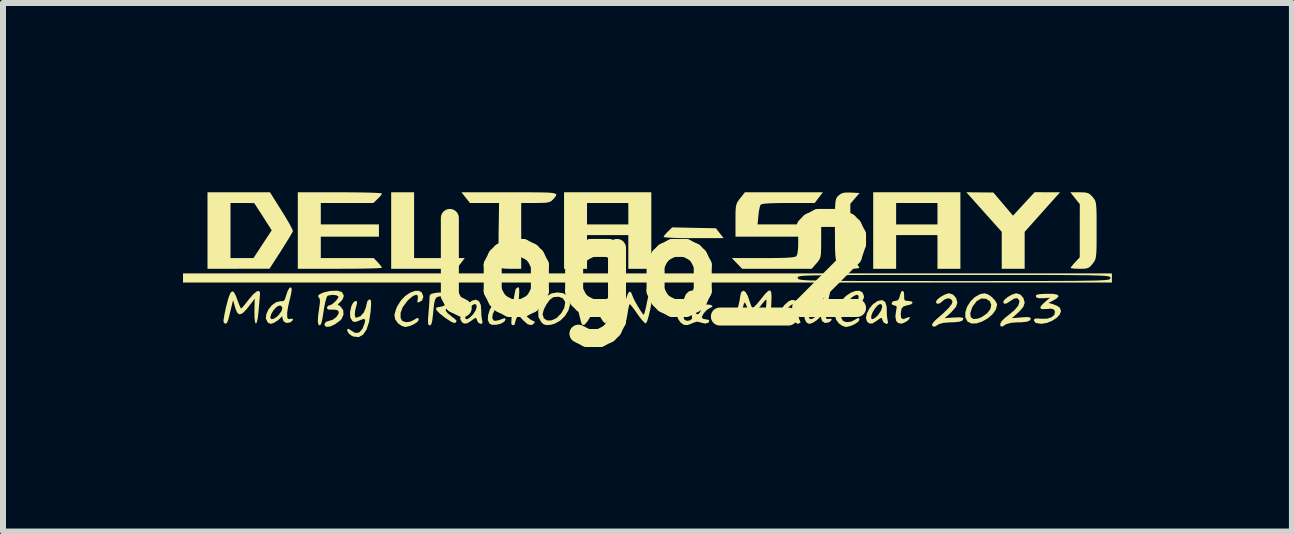
<source format=kicad_pcb>
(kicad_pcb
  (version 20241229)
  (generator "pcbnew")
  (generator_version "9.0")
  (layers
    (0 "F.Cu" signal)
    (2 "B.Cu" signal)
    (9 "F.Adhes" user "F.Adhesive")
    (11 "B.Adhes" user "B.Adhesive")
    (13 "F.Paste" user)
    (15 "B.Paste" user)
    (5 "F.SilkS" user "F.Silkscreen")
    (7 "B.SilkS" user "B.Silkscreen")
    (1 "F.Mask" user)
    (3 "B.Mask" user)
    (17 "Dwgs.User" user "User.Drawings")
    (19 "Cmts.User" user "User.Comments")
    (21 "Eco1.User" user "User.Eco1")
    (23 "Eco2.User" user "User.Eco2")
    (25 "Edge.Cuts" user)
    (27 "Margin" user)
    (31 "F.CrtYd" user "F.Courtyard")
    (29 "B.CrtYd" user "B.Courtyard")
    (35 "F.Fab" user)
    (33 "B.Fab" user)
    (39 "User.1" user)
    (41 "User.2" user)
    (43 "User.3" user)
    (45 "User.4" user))
  (footprint "logo_2"
    (layer "F.Cu")
    (at 7.804 1.404)
    (property "Reference" "logo_2" (at 0 0 0) (layer "F.SilkS") (effects (font (size 1.5 1.5) (thickness 0.3))))
    (attr board_only exclude_from_pos_files exclude_from_bom)
    (fp_poly (pts (xy -3.953 -0.701) (xy -3.953 -0.153) (xy -3.531 -0.153) (xy -3.109 -0.153) (xy -3.177 -0.064) (xy -3.245 0.026) (xy -3.79 0.026) (xy -4.335 0.026) (xy -4.335 -0.612) (xy -4.335 -1.25) (xy -4.144 -1.25) (xy -3.953 -1.25)) (stroke (width 0) (type solid)) (fill yes) (layer "F.SilkS"))
    (fp_poly (pts (xy 0.713 -0.657) (xy 1.077 -0.65) (xy 1.141 -0.567) (xy 1.205 -0.485) (xy 0.705 -0.485) (xy 0.551 -0.486) (xy 0.417 -0.488) (xy 0.309 -0.493) (xy 0.236 -0.498) (xy 0.205 -0.504) (xy 0.204 -0.505) (xy 0.221 -0.535) (xy 0.263 -0.582) (xy 0.276 -0.595) (xy 0.349 -0.665)) (stroke (width 0) (type solid)) (fill yes) (layer "F.SilkS"))
    (fp_poly (pts (xy 6.6 -1.25) (xy 6.812 -1.25) (xy 6.517 -0.92) (xy 6.222 -0.59) (xy 6.222 -0.282) (xy 6.222 0.026) (xy 6.031 0.026) (xy 5.84 0.026) (xy 5.84 -0.282) (xy 5.84 -0.59) (xy 5.545 -0.92) (xy 5.25 -1.25) (xy 5.475 -1.248) (xy 5.7 -1.246) (xy 5.864 -1.053) (xy 6.028 -0.86) (xy 6.208 -1.056) (xy 6.388 -1.251)) (stroke (width 0) (type solid)) (fill yes) (layer "F.SilkS"))
    (fp_poly (pts (xy 0 -0.612) (xy 0 0.026) (xy -0.191 0.026) (xy -0.383 0.026) (xy -0.383 -0.255) (xy -0.383 -0.536) (xy -0.727 -0.536) (xy -1.071 -0.536) (xy -1.071 -0.255) (xy -1.071 0.026) (xy -1.262 0.026) (xy -1.454 0.026) (xy -1.454 -0.612) (xy -1.454 -1.071) (xy -1.071 -1.071) (xy -1.071 -0.893) (xy -1.071 -0.714) (xy -0.727 -0.714) (xy -0.383 -0.714) (xy -0.383 -0.893) (xy -0.383 -1.071) (xy -0.727 -1.071) (xy -1.071 -1.071) (xy -1.454 -1.071) (xy -1.454 -1.25) (xy -0.727 -1.25) (xy 0 -1.25)) (stroke (width 0) (type solid)) (fill yes) (layer "F.SilkS"))
    (fp_poly (pts (xy 5.151 -0.612) (xy 5.151 0.026) (xy 4.96 0.026) (xy 4.769 0.026) (xy 4.769 -0.255) (xy 4.769 -0.536) (xy 4.425 -0.536) (xy 4.08 -0.536) (xy 4.08 -0.255) (xy 4.08 0.026) (xy 3.889 0.026) (xy 3.698 0.026) (xy 3.698 -0.612) (xy 3.698 -1.071) (xy 4.08 -1.071) (xy 4.08 -0.893) (xy 4.08 -0.714) (xy 4.425 -0.714) (xy 4.769 -0.714) (xy 4.769 -0.893) (xy 4.769 -1.071) (xy 4.425 -1.071) (xy 4.08 -1.071) (xy 3.698 -1.071) (xy 3.698 -1.25) (xy 4.425 -1.25) (xy 5.151 -1.25)) (stroke (width 0) (type solid)) (fill yes) (layer "F.SilkS"))
    (fp_poly (pts (xy -2.493 0.551) (xy -2.447 0.584) (xy -2.428 0.631) (xy -2.43 0.648) (xy -2.456 0.678) (xy -2.486 0.679) (xy -2.499 0.652) (xy -2.511 0.616) (xy -2.54 0.621) (xy -2.582 0.666) (xy -2.601 0.695) (xy -2.642 0.781) (xy -2.651 0.847) (xy -2.628 0.886) (xy -2.6 0.893) (xy -2.533 0.88) (xy -2.495 0.865) (xy -2.445 0.849) (xy -2.426 0.864) (xy -2.447 0.902) (xy -2.451 0.907) (xy -2.509 0.941) (xy -2.584 0.959) (xy -2.655 0.959) (xy -2.697 0.94) (xy -2.724 0.88) (xy -2.72 0.798) (xy -2.692 0.708) (xy -2.645 0.626) (xy -2.584 0.566) (xy -2.546 0.547)) (stroke (width 0) (type solid)) (fill yes) (layer "F.SilkS"))
    (fp_poly (pts (xy -6.16 -0.94) (xy -6.091 -0.828) (xy -6.033 -0.729) (xy -5.993 -0.653) (xy -5.973 -0.608) (xy -5.973 -0.601) (xy -5.989 -0.57) (xy -6.027 -0.504) (xy -6.083 -0.413) (xy -6.15 -0.306) (xy -6.171 -0.273) (xy -6.363 0.025) (xy -6.879 0.025) (xy -7.396 0.026) (xy -7.396 -0.612) (xy -7.396 -1.071) (xy -7.013 -1.071) (xy -7.013 -0.612) (xy -7.013 -0.153) (xy -6.821 -0.153) (xy -6.63 -0.153) (xy -6.478 -0.385) (xy -6.326 -0.616) (xy -6.411 -0.749) (xy -6.469 -0.84) (xy -6.527 -0.93) (xy -6.557 -0.976) (xy -6.618 -1.07) (xy -6.815 -1.071) (xy -7.013 -1.071) (xy -7.396 -1.071) (xy -7.396 -1.25) (xy -6.875 -1.25) (xy -6.355 -1.25)) (stroke (width 0) (type solid)) (fill yes) (layer "F.SilkS"))
    (fp_poly (pts (xy -1.95 -1.249) (xy -1.811 -1.247) (xy -1.709 -1.244) (xy -1.64 -1.237) (xy -1.6 -1.227) (xy -1.584 -1.213) (xy -1.587 -1.193) (xy -1.605 -1.168) (xy -1.633 -1.136) (xy -1.64 -1.128) (xy -1.67 -1.101) (xy -1.706 -1.084) (xy -1.762 -1.075) (xy -1.848 -1.072) (xy -1.93 -1.071) (xy -2.168 -1.071) (xy -2.168 -0.523) (xy -2.168 0.026) (xy -2.347 0.026) (xy -2.455 0.022) (xy -2.518 0.009) (xy -2.539 -0.008) (xy -2.543 -0.043) (xy -2.545 -0.121) (xy -2.547 -0.233) (xy -2.547 -0.371) (xy -2.545 -0.527) (xy -2.545 -0.557) (xy -2.537 -1.071) (xy -2.78 -1.071) (xy -3.022 -1.071) (xy -3.093 -1.16) (xy -3.164 -1.25) (xy -2.359 -1.25) (xy -2.131 -1.25)) (stroke (width 0) (type solid)) (fill yes) (layer "F.SilkS"))
    (fp_poly (pts (xy 3.326 -1.245) (xy 3.47 -1.237) (xy 3.394 -1.148) (xy 3.317 -1.058) (xy 3.316 -0.617) (xy 3.315 -0.176) (xy 3.392 -0.094) (xy 3.438 -0.04) (xy 3.465 -0.002) (xy 3.468 0.006) (xy 3.445 0.017) (xy 3.385 0.023) (xy 3.317 0.026) (xy 3.23 0.023) (xy 3.176 0.012) (xy 3.14 -0.015) (xy 3.113 -0.049) (xy 3.095 -0.077) (xy 3.081 -0.11) (xy 3.072 -0.155) (xy 3.066 -0.219) (xy 3.062 -0.31) (xy 3.061 -0.436) (xy 3.06 -0.605) (xy 3.06 -0.631) (xy 3.06 -0.804) (xy 3.061 -0.933) (xy 3.064 -1.026) (xy 3.069 -1.09) (xy 3.078 -1.133) (xy 3.09 -1.161) (xy 3.107 -1.182) (xy 3.121 -1.196) (xy 3.166 -1.229) (xy 3.22 -1.244) (xy 3.302 -1.246)) (stroke (width 0) (type solid)) (fill yes) (layer "F.SilkS"))
    (fp_poly (pts (xy 7.225 -1.247) (xy 7.281 -1.235) (xy 7.322 -1.207) (xy 7.355 -1.171) (xy 7.378 -1.142) (xy 7.395 -1.114) (xy 7.407 -1.078) (xy 7.414 -1.026) (xy 7.419 -0.951) (xy 7.421 -0.845) (xy 7.421 -0.698) (xy 7.421 -0.619) (xy 7.421 -0.452) (xy 7.42 -0.329) (xy 7.416 -0.24) (xy 7.41 -0.178) (xy 7.401 -0.135) (xy 7.386 -0.102) (xy 7.365 -0.072) (xy 7.356 -0.06) (xy 7.315 -0.012) (xy 7.276 0.014) (xy 7.219 0.024) (xy 7.139 0.026) (xy 7.059 0.023) (xy 7.004 0.018) (xy 6.988 0.011) (xy 7.003 -0.014) (xy 7.043 -0.062) (xy 7.064 -0.084) (xy 7.14 -0.166) (xy 7.14 -0.608) (xy 7.141 -1.051) (xy 7.062 -1.15) (xy 6.983 -1.25) (xy 7.136 -1.25)) (stroke (width 0) (type solid)) (fill yes) (layer "F.SilkS"))
    (fp_poly (pts (xy 5.612 0.452) (xy 5.677 0.498) (xy 5.732 0.557) (xy 5.762 0.613) (xy 5.763 0.625) (xy 5.742 0.705) (xy 5.687 0.783) (xy 5.608 0.851) (xy 5.515 0.904) (xy 5.421 0.935) (xy 5.337 0.938) (xy 5.272 0.907) (xy 5.271 0.906) (xy 5.233 0.836) (xy 5.233 0.769) (xy 5.315 0.769) (xy 5.325 0.833) (xy 5.37 0.863) (xy 5.447 0.855) (xy 5.507 0.829) (xy 5.596 0.768) (xy 5.65 0.697) (xy 5.666 0.628) (xy 5.642 0.567) (xy 5.578 0.525) (xy 5.498 0.521) (xy 5.422 0.565) (xy 5.357 0.651) (xy 5.345 0.675) (xy 5.315 0.769) (xy 5.233 0.769) (xy 5.233 0.75) (xy 5.263 0.657) (xy 5.319 0.569) (xy 5.393 0.496) (xy 5.479 0.448) (xy 5.555 0.434)) (stroke (width 0) (type solid)) (fill yes) (layer "F.SilkS"))
    (fp_poly (pts (xy 4.211 0.42) (xy 4.214 0.481) (xy 4.215 0.536) (xy 4.238 0.558) (xy 4.286 0.561) (xy 4.342 0.571) (xy 4.355 0.594) (xy 4.327 0.619) (xy 4.27 0.633) (xy 4.203 0.652) (xy 4.168 0.694) (xy 4.157 0.772) (xy 4.157 0.784) (xy 4.165 0.846) (xy 4.195 0.865) (xy 4.254 0.844) (xy 4.261 0.841) (xy 4.301 0.828) (xy 4.309 0.843) (xy 4.286 0.876) (xy 4.253 0.904) (xy 4.176 0.94) (xy 4.114 0.93) (xy 4.081 0.894) (xy 4.067 0.819) (xy 4.077 0.741) (xy 4.089 0.675) (xy 4.084 0.645) (xy 4.058 0.638) (xy 4.052 0.638) (xy 4.012 0.621) (xy 4.004 0.599) (xy 4.026 0.568) (xy 4.065 0.561) (xy 4.108 0.551) (xy 4.133 0.513) (xy 4.143 0.47) (xy 4.165 0.407) (xy 4.191 0.391)) (stroke (width 0) (type solid)) (fill yes) (layer "F.SilkS"))
    (fp_poly (pts (xy -5.006 -1.249) (xy -4.841 -1.247) (xy -4.7 -1.244) (xy -4.59 -1.24) (xy -4.517 -1.235) (xy -4.489 -1.229) (xy -4.488 -1.229) (xy -4.505 -1.199) (xy -4.547 -1.152) (xy -4.56 -1.14) (xy -4.631 -1.071) (xy -5.07 -1.071) (xy -5.508 -1.071) (xy -5.508 -0.893) (xy -5.508 -0.714) (xy -5.024 -0.714) (xy -4.539 -0.714) (xy -4.539 -0.612) (xy -4.539 -0.51) (xy -5.024 -0.51) (xy -5.508 -0.51) (xy -5.508 -0.332) (xy -5.508 -0.153) (xy -5.067 -0.153) (xy -4.625 -0.153) (xy -4.557 -0.081) (xy -4.513 -0.031) (xy -4.49 0.003) (xy -4.488 0.008) (xy -4.513 0.012) (xy -4.582 0.017) (xy -4.689 0.02) (xy -4.827 0.023) (xy -4.99 0.025) (xy -5.172 0.025) (xy -5.19 0.026) (xy -5.891 0.026) (xy -5.891 -0.612) (xy -5.891 -1.25) (xy -5.19 -1.25)) (stroke (width 0) (type solid)) (fill yes) (layer "F.SilkS"))
    (fp_poly (pts (xy -1.468 0.433) (xy -1.405 0.469) (xy -1.361 0.54) (xy -1.355 0.627) (xy -1.382 0.72) (xy -1.437 0.81) (xy -1.515 0.887) (xy -1.609 0.94) (xy -1.673 0.958) (xy -1.747 0.964) (xy -1.796 0.949) (xy -1.833 0.916) (xy -1.88 0.831) (xy -1.882 0.784) (xy -1.811 0.784) (xy -1.791 0.85) (xy -1.74 0.885) (xy -1.67 0.887) (xy -1.591 0.853) (xy -1.571 0.839) (xy -1.498 0.763) (xy -1.45 0.675) (xy -1.436 0.592) (xy -1.439 0.571) (xy -1.476 0.517) (xy -1.542 0.491) (xy -1.622 0.497) (xy -1.646 0.506) (xy -1.697 0.548) (xy -1.749 0.621) (xy -1.791 0.703) (xy -1.81 0.776) (xy -1.811 0.784) (xy -1.882 0.784) (xy -1.885 0.729) (xy -1.851 0.621) (xy -1.779 0.516) (xy -1.747 0.485) (xy -1.664 0.436) (xy -1.565 0.419)) (stroke (width 0) (type solid)) (fill yes) (layer "F.SilkS"))
    (fp_poly (pts (xy -3.824 0.421) (xy -3.801 0.481) (xy -3.8 0.498) (xy -3.822 0.555) (xy -3.877 0.585) (xy -3.894 0.587) (xy -3.899 0.565) (xy -3.891 0.523) (xy -3.891 0.473) (xy -3.919 0.458) (xy -3.968 0.477) (xy -4.033 0.528) (xy -4.064 0.56) (xy -4.142 0.664) (xy -4.178 0.759) (xy -4.178 0.845) (xy -4.15 0.894) (xy -4.091 0.915) (xy -4.018 0.907) (xy -3.965 0.882) (xy -3.909 0.849) (xy -3.883 0.847) (xy -3.876 0.875) (xy -3.876 0.877) (xy -3.898 0.91) (xy -3.953 0.947) (xy -4.022 0.978) (xy -4.09 0.994) (xy -4.104 0.995) (xy -4.16 0.977) (xy -4.219 0.935) (xy -4.222 0.932) (xy -4.269 0.867) (xy -4.281 0.795) (xy -4.257 0.705) (xy -4.231 0.645) (xy -4.171 0.551) (xy -4.098 0.476) (xy -4.018 0.423) (xy -3.941 0.394) (xy -3.873 0.392)) (stroke (width 0) (type solid)) (fill yes) (layer "F.SilkS"))
    (fp_poly (pts (xy -2.873 0.564) (xy -2.841 0.628) (xy -2.834 0.719) (xy -2.832 0.802) (xy -2.822 0.873) (xy -2.819 0.886) (xy -2.812 0.93) (xy -2.838 0.943) (xy -2.843 0.944) (xy -2.884 0.922) (xy -2.9 0.893) (xy -2.916 0.851) (xy -2.925 0.842) (xy -2.952 0.856) (xy -2.999 0.89) (xy -3.002 0.893) (xy -3.07 0.935) (xy -3.121 0.938) (xy -3.157 0.913) (xy -3.184 0.863) (xy -3.183 0.856) (xy -3.1 0.856) (xy -3.075 0.867) (xy -3.031 0.845) (xy -2.975 0.79) (xy -2.973 0.789) (xy -2.928 0.72) (xy -2.909 0.66) (xy -2.919 0.621) (xy -2.944 0.612) (xy -2.984 0.633) (xy -3.032 0.686) (xy -3.075 0.757) (xy -3.097 0.81) (xy -3.1 0.856) (xy -3.183 0.856) (xy -3.176 0.797) (xy -3.134 0.714) (xy -3.061 0.615) (xy -2.989 0.557) (xy -2.925 0.54)) (stroke (width 0) (type solid)) (fill yes) (layer "F.SilkS"))
    (fp_poly (pts (xy 3.521 0.421) (xy 3.544 0.481) (xy 3.545 0.498) (xy 3.523 0.555) (xy 3.468 0.585) (xy 3.451 0.587) (xy 3.446 0.565) (xy 3.453 0.523) (xy 3.454 0.473) (xy 3.426 0.458) (xy 3.376 0.477) (xy 3.312 0.528) (xy 3.281 0.56) (xy 3.203 0.664) (xy 3.167 0.759) (xy 3.167 0.845) (xy 3.195 0.894) (xy 3.253 0.915) (xy 3.327 0.907) (xy 3.38 0.882) (xy 3.436 0.849) (xy 3.462 0.847) (xy 3.468 0.875) (xy 3.468 0.877) (xy 3.446 0.91) (xy 3.392 0.947) (xy 3.322 0.978) (xy 3.254 0.994) (xy 3.24 0.995) (xy 3.185 0.977) (xy 3.126 0.935) (xy 3.123 0.932) (xy 3.076 0.867) (xy 3.064 0.795) (xy 3.087 0.705) (xy 3.114 0.645) (xy 3.173 0.551) (xy 3.247 0.476) (xy 3.326 0.423) (xy 3.404 0.394) (xy 3.472 0.392)) (stroke (width 0) (type solid)) (fill yes) (layer "F.SilkS"))
    (fp_poly (pts (xy 3.898 0.579) (xy 3.922 0.655) (xy 3.924 0.719) (xy 3.926 0.802) (xy 3.936 0.873) (xy 3.939 0.886) (xy 3.946 0.93) (xy 3.92 0.943) (xy 3.915 0.944) (xy 3.874 0.922) (xy 3.858 0.893) (xy 3.842 0.851) (xy 3.833 0.842) (xy 3.806 0.856) (xy 3.759 0.89) (xy 3.756 0.893) (xy 3.686 0.936) (xy 3.634 0.937) (xy 3.596 0.906) (xy 3.58 0.856) (xy 3.665 0.856) (xy 3.691 0.865) (xy 3.737 0.838) (xy 3.785 0.789) (xy 3.83 0.72) (xy 3.849 0.66) (xy 3.839 0.621) (xy 3.814 0.612) (xy 3.774 0.633) (xy 3.727 0.686) (xy 3.686 0.755) (xy 3.666 0.81) (xy 3.665 0.856) (xy 3.58 0.856) (xy 3.577 0.847) (xy 3.592 0.77) (xy 3.634 0.688) (xy 3.695 0.615) (xy 3.769 0.564) (xy 3.777 0.56) (xy 3.85 0.547)) (stroke (width 0) (type solid)) (fill yes) (layer "F.SilkS"))
    (fp_poly (pts (xy 6.152 0.456) (xy 6.202 0.514) (xy 6.222 0.589) (xy 6.222 0.592) (xy 6.2 0.659) (xy 6.132 0.739) (xy 6.116 0.753) (xy 6.01 0.849) (xy 6.167 0.835) (xy 6.258 0.83) (xy 6.308 0.835) (xy 6.324 0.851) (xy 6.324 0.854) (xy 6.309 0.887) (xy 6.26 0.907) (xy 6.17 0.917) (xy 6.098 0.918) (xy 5.994 0.926) (xy 5.919 0.946) (xy 5.902 0.956) (xy 5.848 0.989) (xy 5.821 0.983) (xy 5.814 0.946) (xy 5.835 0.902) (xy 5.893 0.844) (xy 5.941 0.807) (xy 6.05 0.717) (xy 6.116 0.638) (xy 6.135 0.571) (xy 6.131 0.552) (xy 6.099 0.515) (xy 6.047 0.522) (xy 5.986 0.561) (xy 5.919 0.604) (xy 5.878 0.607) (xy 5.865 0.576) (xy 5.887 0.539) (xy 5.939 0.496) (xy 6.005 0.458) (xy 6.069 0.436) (xy 6.088 0.434)) (stroke (width 0) (type solid)) (fill yes) (layer "F.SilkS"))
    (fp_poly (pts (xy 2.385 0.549) (xy 2.409 0.561) (xy 2.446 0.586) (xy 2.461 0.62) (xy 2.46 0.681) (xy 2.456 0.717) (xy 2.452 0.808) (xy 2.465 0.868) (xy 2.47 0.875) (xy 2.486 0.913) (xy 2.482 0.927) (xy 2.438 0.943) (xy 2.397 0.918) (xy 2.384 0.892) (xy 2.368 0.841) (xy 2.303 0.892) (xy 2.229 0.934) (xy 2.165 0.942) (xy 2.134 0.927) (xy 2.114 0.874) (xy 2.122 0.816) (xy 2.193 0.816) (xy 2.205 0.86) (xy 2.24 0.858) (xy 2.296 0.813) (xy 2.306 0.803) (xy 2.359 0.732) (xy 2.382 0.669) (xy 2.372 0.626) (xy 2.365 0.621) (xy 2.332 0.627) (xy 2.287 0.664) (xy 2.24 0.718) (xy 2.205 0.774) (xy 2.193 0.816) (xy 2.122 0.816) (xy 2.124 0.799) (xy 2.159 0.715) (xy 2.213 0.635) (xy 2.28 0.573) (xy 2.282 0.571) (xy 2.338 0.544)) (stroke (width 0) (type solid)) (fill yes) (layer "F.SilkS"))
    (fp_poly (pts (xy 5.03 0.456) (xy 5.08 0.514) (xy 5.1 0.589) (xy 5.1 0.592) (xy 5.078 0.659) (xy 5.009 0.739) (xy 4.995 0.753) (xy 4.889 0.848) (xy 5.046 0.837) (xy 5.14 0.834) (xy 5.19 0.841) (xy 5.202 0.856) (xy 5.186 0.888) (xy 5.134 0.908) (xy 5.04 0.917) (xy 4.976 0.918) (xy 4.872 0.926) (xy 4.797 0.946) (xy 4.78 0.956) (xy 4.727 0.989) (xy 4.694 0.986) (xy 4.679 0.968) (xy 4.686 0.937) (xy 4.725 0.891) (xy 4.745 0.872) (xy 4.872 0.761) (xy 4.959 0.675) (xy 5.007 0.612) (xy 5.02 0.57) (xy 5.019 0.568) (xy 4.991 0.527) (xy 4.939 0.517) (xy 4.881 0.54) (xy 4.859 0.56) (xy 4.808 0.601) (xy 4.765 0.61) (xy 4.744 0.585) (xy 4.743 0.576) (xy 4.765 0.539) (xy 4.817 0.496) (xy 4.883 0.458) (xy 4.946 0.436) (xy 4.966 0.434)) (stroke (width 0) (type solid)) (fill yes) (layer "F.SilkS"))
    (fp_poly (pts (xy 6.706 0.444) (xy 6.771 0.459) (xy 6.787 0.484) (xy 6.754 0.52) (xy 6.701 0.552) (xy 6.618 0.595) (xy 6.697 0.616) (xy 6.764 0.643) (xy 6.81 0.676) (xy 6.828 0.731) (xy 6.806 0.789) (xy 6.753 0.845) (xy 6.678 0.893) (xy 6.591 0.928) (xy 6.501 0.942) (xy 6.417 0.93) (xy 6.407 0.927) (xy 6.378 0.893) (xy 6.376 0.879) (xy 6.388 0.858) (xy 6.433 0.853) (xy 6.497 0.858) (xy 6.593 0.857) (xy 6.67 0.833) (xy 6.718 0.791) (xy 6.727 0.737) (xy 6.724 0.728) (xy 6.703 0.7) (xy 6.661 0.69) (xy 6.592 0.695) (xy 6.513 0.698) (xy 6.481 0.681) (xy 6.494 0.644) (xy 6.553 0.585) (xy 6.56 0.579) (xy 6.643 0.508) (xy 6.529 0.516) (xy 6.453 0.515) (xy 6.415 0.5) (xy 6.408 0.485) (xy 6.413 0.464) (xy 6.444 0.452) (xy 6.511 0.445) (xy 6.592 0.442)) (stroke (width 0) (type solid)) (fill yes) (layer "F.SilkS"))
    (fp_poly (pts (xy -4.679 0.543) (xy -4.67 0.572) (xy -4.67 0.631) (xy -4.677 0.731) (xy -4.677 0.733) (xy -4.703 0.908) (xy -4.745 1.038) (xy -4.804 1.124) (xy -4.876 1.164) (xy -4.962 1.155) (xy -4.991 1.143) (xy -5.04 1.106) (xy -5.067 1.061) (xy -5.063 1.025) (xy -5.063 1.025) (xy -5.037 1.03) (xy -5.003 1.054) (xy -4.932 1.095) (xy -4.867 1.086) (xy -4.816 1.029) (xy -4.806 1.008) (xy -4.774 0.921) (xy -4.769 0.874) (xy -4.793 0.861) (xy -4.848 0.88) (xy -4.857 0.884) (xy -4.921 0.91) (xy -4.962 0.908) (xy -4.984 0.894) (xy -5.017 0.836) (xy -5.021 0.747) (xy -4.996 0.641) (xy -4.967 0.589) (xy -4.934 0.562) (xy -4.909 0.563) (xy -4.904 0.597) (xy -4.909 0.618) (xy -4.935 0.718) (xy -4.942 0.794) (xy -4.931 0.835) (xy -4.918 0.841) (xy -4.849 0.817) (xy -4.791 0.754) (xy -4.755 0.666) (xy -4.751 0.642) (xy -4.732 0.565) (xy -4.702 0.536) (xy -4.698 0.536)) (stroke (width 0) (type solid)) (fill yes) (layer "F.SilkS"))
    (fp_poly (pts (xy -2.203 0.354) (xy -2.201 0.415) (xy -2.206 0.499) (xy -2.219 0.595) (xy -2.237 0.686) (xy -2.242 0.718) (xy -2.233 0.725) (xy -2.199 0.706) (xy -2.135 0.658) (xy -2.13 0.654) (xy -2.061 0.605) (xy -2.008 0.571) (xy -1.985 0.561) (xy -1.963 0.574) (xy -1.981 0.609) (xy -2.036 0.66) (xy -2.055 0.676) (xy -2.146 0.745) (xy -2.076 0.819) (xy -2.022 0.866) (xy -1.977 0.891) (xy -1.97 0.893) (xy -1.943 0.905) (xy -1.95 0.931) (xy -1.981 0.956) (xy -2.007 0.964) (xy -2.063 0.948) (xy -2.131 0.888) (xy -2.138 0.881) (xy -2.186 0.828) (xy -2.214 0.81) (xy -2.233 0.822) (xy -2.243 0.84) (xy -2.265 0.899) (xy -2.27 0.929) (xy -2.286 0.965) (xy -2.318 0.962) (xy -2.331 0.947) (xy -2.333 0.914) (xy -2.329 0.844) (xy -2.32 0.749) (xy -2.307 0.642) (xy -2.293 0.537) (xy -2.278 0.445) (xy -2.265 0.38) (xy -2.257 0.358) (xy -2.223 0.333) (xy -2.214 0.332)) (stroke (width 0) (type solid)) (fill yes) (layer "F.SilkS"))
    (fp_poly (pts (xy -6.521 0.421) (xy -6.521 0.447) (xy -6.525 0.495) (xy -6.532 0.578) (xy -6.541 0.682) (xy -6.544 0.721) (xy -6.558 0.844) (xy -6.574 0.916) (xy -6.59 0.94) (xy -6.604 0.913) (xy -6.613 0.837) (xy -6.614 0.724) (xy -6.609 0.523) (xy -6.665 0.597) (xy -6.748 0.703) (xy -6.811 0.766) (xy -6.858 0.786) (xy -6.895 0.765) (xy -6.925 0.704) (xy -6.939 0.658) (xy -6.97 0.548) (xy -7.001 0.676) (xy -7.023 0.766) (xy -7.043 0.846) (xy -7.049 0.873) (xy -7.072 0.928) (xy -7.102 0.943) (xy -7.128 0.914) (xy -7.129 0.912) (xy -7.128 0.874) (xy -7.116 0.8) (xy -7.096 0.702) (xy -7.081 0.638) (xy -7.046 0.509) (xy -7.015 0.43) (xy -6.985 0.4) (xy -6.955 0.416) (xy -6.922 0.479) (xy -6.899 0.542) (xy -6.87 0.619) (xy -6.847 0.672) (xy -6.835 0.688) (xy -6.814 0.668) (xy -6.772 0.618) (xy -6.716 0.547) (xy -6.707 0.535) (xy -6.636 0.452) (xy -6.579 0.404) (xy -6.539 0.393)) (stroke (width 0) (type solid)) (fill yes) (layer "F.SilkS"))
    (fp_poly (pts (xy 0.014 0.392) (xy 0.023 0.425) (xy 0.019 0.491) (xy 0.002 0.596) (xy -0.02 0.712) (xy -0.043 0.81) (xy -0.066 0.887) (xy -0.085 0.931) (xy -0.091 0.936) (xy -0.117 0.92) (xy -0.162 0.872) (xy -0.217 0.799) (xy -0.231 0.779) (xy -0.286 0.701) (xy -0.331 0.643) (xy -0.357 0.614) (xy -0.359 0.613) (xy -0.37 0.635) (xy -0.384 0.696) (xy -0.397 0.781) (xy -0.398 0.782) (xy -0.414 0.872) (xy -0.434 0.936) (xy -0.453 0.963) (xy -0.478 0.951) (xy -0.485 0.917) (xy -0.48 0.868) (xy -0.468 0.783) (xy -0.451 0.679) (xy -0.443 0.635) (xy -0.416 0.512) (xy -0.388 0.434) (xy -0.361 0.404) (xy -0.335 0.423) (xy -0.318 0.465) (xy -0.297 0.517) (xy -0.261 0.587) (xy -0.217 0.663) (xy -0.175 0.731) (xy -0.141 0.778) (xy -0.127 0.791) (xy -0.115 0.767) (xy -0.098 0.706) (xy -0.079 0.619) (xy -0.075 0.595) (xy -0.054 0.501) (xy -0.031 0.429) (xy -0.01 0.391) (xy -0.006 0.389)) (stroke (width 0) (type solid)) (fill yes) (layer "F.SilkS"))
    (fp_poly (pts (xy 2.791 -1.16) (xy 2.723 -1.071) (xy 2.281 -1.071) (xy 2.106 -1.07) (xy 1.978 -1.066) (xy 1.89 -1.06) (xy 1.839 -1.051) (xy 1.819 -1.039) (xy 1.806 -0.998) (xy 1.792 -0.924) (xy 1.785 -0.861) (xy 1.771 -0.714) (xy 2.301 -0.714) (xy 2.831 -0.714) (xy 2.831 -0.434) (xy 2.83 -0.311) (xy 2.827 -0.228) (xy 2.819 -0.171) (xy 2.802 -0.13) (xy 2.776 -0.093) (xy 2.752 -0.065) (xy 2.672 0.026) (xy 2.094 0.026) (xy 1.515 0.026) (xy 1.428 -0.064) (xy 1.342 -0.153) (xy 1.864 -0.153) (xy 2.062 -0.154) (xy 2.213 -0.157) (xy 2.32 -0.163) (xy 2.387 -0.172) (xy 2.417 -0.183) (xy 2.418 -0.184) (xy 2.434 -0.224) (xy 2.445 -0.298) (xy 2.448 -0.362) (xy 2.448 -0.51) (xy 1.925 -0.51) (xy 1.403 -0.51) (xy 1.403 -0.781) (xy 1.403 -0.902) (xy 1.407 -0.984) (xy 1.416 -1.041) (xy 1.434 -1.085) (xy 1.463 -1.127) (xy 1.481 -1.15) (xy 1.56 -1.25) (xy 2.209 -1.25) (xy 2.859 -1.25)) (stroke (width 0) (type solid)) (fill yes) (layer "F.SilkS"))
    (fp_poly (pts (xy -3.351 0.444) (xy -3.3 0.492) (xy -3.29 0.536) (xy -3.31 0.596) (xy -3.36 0.656) (xy -3.42 0.696) (xy -3.429 0.72) (xy -3.394 0.765) (xy -3.316 0.83) (xy -3.278 0.857) (xy -3.245 0.891) (xy -3.257 0.921) (xy -3.285 0.929) (xy -3.333 0.909) (xy -3.409 0.86) (xy -3.44 0.839) (xy -3.535 0.763) (xy -3.584 0.709) (xy -3.587 0.676) (xy -3.546 0.663) (xy -3.535 0.663) (xy -3.468 0.648) (xy -3.41 0.61) (xy -3.375 0.563) (xy -3.374 0.527) (xy -3.408 0.495) (xy -3.483 0.485) (xy -3.49 0.485) (xy -3.542 0.487) (xy -3.577 0.501) (xy -3.601 0.533) (xy -3.617 0.594) (xy -3.629 0.691) (xy -3.638 0.784) (xy -3.65 0.886) (xy -3.664 0.944) (xy -3.684 0.968) (xy -3.692 0.969) (xy -3.711 0.962) (xy -3.72 0.934) (xy -3.721 0.875) (xy -3.714 0.777) (xy -3.713 0.759) (xy -3.704 0.653) (xy -3.698 0.563) (xy -3.696 0.502) (xy -3.696 0.494) (xy -3.69 0.461) (xy -3.662 0.441) (xy -3.601 0.428) (xy -3.556 0.422) (xy -3.438 0.42)) (stroke (width 0) (type solid)) (fill yes) (layer "F.SilkS"))
    (fp_poly (pts (xy -0.57 0.392) (xy -0.563 0.431) (xy -0.567 0.48) (xy -0.585 0.555) (xy -0.615 0.647) (xy -0.654 0.742) (xy -0.695 0.829) (xy -0.734 0.896) (xy -0.764 0.929) (xy -0.77 0.931) (xy -0.798 0.909) (xy -0.836 0.854) (xy -0.865 0.798) (xy -0.927 0.664) (xy -1.007 0.809) (xy -1.065 0.904) (xy -1.109 0.955) (xy -1.141 0.963) (xy -1.159 0.946) (xy -1.171 0.911) (xy -1.19 0.838) (xy -1.214 0.741) (xy -1.226 0.685) (xy -1.251 0.561) (xy -1.26 0.479) (xy -1.256 0.433) (xy -1.25 0.423) (xy -1.217 0.414) (xy -1.19 0.455) (xy -1.167 0.546) (xy -1.159 0.598) (xy -1.142 0.71) (xy -1.125 0.775) (xy -1.104 0.795) (xy -1.075 0.774) (xy -1.034 0.715) (xy -1.024 0.701) (xy -0.98 0.628) (xy -0.947 0.572) (xy -0.936 0.55) (xy -0.916 0.535) (xy -0.886 0.566) (xy -0.848 0.641) (xy -0.83 0.686) (xy -0.799 0.758) (xy -0.774 0.805) (xy -0.763 0.816) (xy -0.747 0.794) (xy -0.723 0.736) (xy -0.695 0.658) (xy -0.669 0.573) (xy -0.648 0.496) (xy -0.638 0.441) (xy -0.638 0.433) (xy -0.62 0.391) (xy -0.596 0.383)) (stroke (width 0) (type solid)) (fill yes) (layer "F.SilkS"))
    (fp_poly (pts (xy 1.999 0.418) (xy 2.004 0.497) (xy 1.999 0.622) (xy 1.995 0.687) (xy 1.983 0.805) (xy 1.968 0.889) (xy 1.952 0.933) (xy 1.947 0.937) (xy 1.915 0.926) (xy 1.899 0.87) (xy 1.9 0.772) (xy 1.908 0.693) (xy 1.917 0.612) (xy 1.919 0.555) (xy 1.915 0.537) (xy 1.893 0.556) (xy 1.85 0.606) (xy 1.804 0.665) (xy 1.748 0.731) (xy 1.699 0.777) (xy 1.671 0.791) (xy 1.641 0.768) (xy 1.611 0.71) (xy 1.604 0.689) (xy 1.581 0.626) (xy 1.561 0.59) (xy 1.556 0.587) (xy 1.543 0.609) (xy 1.525 0.67) (xy 1.506 0.753) (xy 1.48 0.863) (xy 1.455 0.924) (xy 1.43 0.934) (xy 1.411 0.903) (xy 1.408 0.856) (xy 1.419 0.779) (xy 1.437 0.699) (xy 1.459 0.609) (xy 1.475 0.533) (xy 1.48 0.493) (xy 1.492 0.432) (xy 1.503 0.41) (xy 1.535 0.389) (xy 1.572 0.413) (xy 1.608 0.479) (xy 1.632 0.549) (xy 1.656 0.62) (xy 1.677 0.668) (xy 1.685 0.677) (xy 1.709 0.664) (xy 1.754 0.619) (xy 1.811 0.551) (xy 1.823 0.536) (xy 1.895 0.446) (xy 1.947 0.395) (xy 1.981 0.385)) (stroke (width 0) (type solid)) (fill yes) (layer "F.SilkS"))
    (fp_poly (pts (xy -5.994 0.356) (xy -5.993 0.374) (xy -6 0.424) (xy -6.016 0.502) (xy -6.031 0.561) (xy -6.053 0.657) (xy -6.067 0.747) (xy -6.069 0.787) (xy -6.065 0.845) (xy -6.046 0.863) (xy -6.018 0.86) (xy -5.976 0.858) (xy -5.972 0.879) (xy -6.006 0.911) (xy -6.02 0.919) (xy -6.082 0.929) (xy -6.13 0.898) (xy -6.147 0.845) (xy -6.151 0.817) (xy -6.169 0.831) (xy -6.179 0.844) (xy -6.226 0.887) (xy -6.288 0.926) (xy -6.34 0.943) (xy -6.343 0.944) (xy -6.379 0.928) (xy -6.396 0.913) (xy -6.424 0.853) (xy -6.422 0.835) (xy -6.35 0.835) (xy -6.334 0.864) (xy -6.294 0.86) (xy -6.239 0.824) (xy -6.211 0.797) (xy -6.162 0.729) (xy -6.148 0.675) (xy -6.169 0.643) (xy -6.197 0.638) (xy -6.242 0.658) (xy -6.291 0.709) (xy -6.331 0.773) (xy -6.35 0.831) (xy -6.35 0.835) (xy -6.422 0.835) (xy -6.415 0.779) (xy -6.379 0.701) (xy -6.323 0.632) (xy -6.254 0.583) (xy -6.179 0.565) (xy -6.165 0.566) (xy -6.129 0.563) (xy -6.105 0.532) (xy -6.083 0.462) (xy -6.083 0.461) (xy -6.059 0.392) (xy -6.032 0.347) (xy -6.008 0.333)) (stroke (width 0) (type solid)) (fill yes) (layer "F.SilkS"))
    (fp_poly (pts (xy 2.982 0.356) (xy 2.983 0.374) (xy 2.977 0.424) (xy 2.96 0.502) (xy 2.945 0.561) (xy 2.924 0.657) (xy 2.91 0.747) (xy 2.908 0.787) (xy 2.912 0.845) (xy 2.931 0.863) (xy 2.958 0.86) (xy 3.001 0.858) (xy 3.005 0.879) (xy 2.971 0.911) (xy 2.957 0.919) (xy 2.895 0.929) (xy 2.847 0.898) (xy 2.83 0.845) (xy 2.826 0.817) (xy 2.808 0.831) (xy 2.798 0.844) (xy 2.751 0.887) (xy 2.689 0.926) (xy 2.637 0.943) (xy 2.633 0.944) (xy 2.598 0.928) (xy 2.581 0.913) (xy 2.553 0.853) (xy 2.555 0.835) (xy 2.627 0.835) (xy 2.643 0.864) (xy 2.683 0.86) (xy 2.738 0.824) (xy 2.766 0.797) (xy 2.815 0.729) (xy 2.829 0.675) (xy 2.808 0.643) (xy 2.779 0.638) (xy 2.735 0.658) (xy 2.686 0.709) (xy 2.645 0.773) (xy 2.627 0.831) (xy 2.627 0.835) (xy 2.555 0.835) (xy 2.561 0.779) (xy 2.597 0.701) (xy 2.654 0.632) (xy 2.723 0.583) (xy 2.797 0.565) (xy 2.811 0.566) (xy 2.848 0.563) (xy 2.872 0.532) (xy 2.893 0.462) (xy 2.894 0.461) (xy 2.917 0.392) (xy 2.945 0.347) (xy 2.969 0.333)) (stroke (width 0) (type solid)) (fill yes) (layer "F.SilkS"))
    (fp_poly (pts (xy -5.158 0.412) (xy -5.128 0.462) (xy -5.126 0.484) (xy -5.144 0.533) (xy -5.177 0.574) (xy -5.228 0.62) (xy -5.177 0.656) (xy -5.135 0.713) (xy -5.129 0.787) (xy -5.161 0.86) (xy -5.183 0.885) (xy -5.269 0.949) (xy -5.349 0.987) (xy -5.412 0.993) (xy -5.439 0.979) (xy -5.447 0.944) (xy -5.42 0.909) (xy -5.373 0.893) (xy -5.37 0.893) (xy -5.309 0.875) (xy -5.252 0.833) (xy -5.214 0.78) (xy -5.208 0.744) (xy -5.23 0.715) (xy -5.284 0.706) (xy -5.312 0.707) (xy -5.379 0.705) (xy -5.405 0.685) (xy -5.406 0.675) (xy -5.388 0.642) (xy -5.372 0.638) (xy -5.33 0.622) (xy -5.28 0.584) (xy -5.236 0.537) (xy -5.214 0.497) (xy -5.215 0.484) (xy -5.252 0.466) (xy -5.313 0.46) (xy -5.374 0.469) (xy -5.399 0.479) (xy -5.415 0.512) (xy -5.434 0.583) (xy -5.453 0.679) (xy -5.461 0.734) (xy -5.481 0.859) (xy -5.5 0.936) (xy -5.521 0.968) (xy -5.526 0.969) (xy -5.549 0.952) (xy -5.558 0.898) (xy -5.552 0.804) (xy -5.534 0.677) (xy -5.522 0.584) (xy -5.524 0.53) (xy -5.541 0.504) (xy -5.554 0.477) (xy -5.525 0.447) (xy -5.461 0.42) (xy -5.371 0.398) (xy -5.34 0.394) (xy -5.228 0.39)) (stroke (width 0) (type solid)) (fill yes) (layer "F.SilkS"))
    (fp_poly (pts (xy 0.731 0.402) (xy 0.753 0.424) (xy 0.782 0.469) (xy 0.783 0.504) (xy 0.754 0.549) (xy 0.729 0.579) (xy 0.69 0.629) (xy 0.683 0.665) (xy 0.703 0.711) (xy 0.709 0.72) (xy 0.749 0.776) (xy 0.78 0.785) (xy 0.811 0.75) (xy 0.815 0.742) (xy 0.827 0.7) (xy 0.803 0.679) (xy 0.766 0.656) (xy 0.775 0.636) (xy 0.825 0.622) (xy 0.893 0.618) (xy 0.973 0.624) (xy 1.015 0.639) (xy 1.015 0.66) (xy 0.975 0.68) (xy 0.922 0.714) (xy 0.873 0.769) (xy 0.844 0.823) (xy 0.842 0.835) (xy 0.863 0.859) (xy 0.905 0.867) (xy 0.953 0.876) (xy 0.969 0.893) (xy 0.948 0.926) (xy 0.897 0.938) (xy 0.832 0.924) (xy 0.826 0.921) (xy 0.765 0.906) (xy 0.702 0.924) (xy 0.689 0.931) (xy 0.605 0.964) (xy 0.543 0.96) (xy 0.485 0.918) (xy 0.44 0.85) (xy 0.442 0.83) (xy 0.537 0.83) (xy 0.552 0.875) (xy 0.553 0.876) (xy 0.598 0.893) (xy 0.65 0.883) (xy 0.679 0.855) (xy 0.677 0.81) (xy 0.651 0.762) (xy 0.613 0.725) (xy 0.577 0.714) (xy 0.565 0.72) (xy 0.541 0.769) (xy 0.537 0.83) (xy 0.442 0.83) (xy 0.446 0.782) (xy 0.499 0.713) (xy 0.546 0.65) (xy 0.55 0.595) (xy 0.548 0.535) (xy 0.627 0.535) (xy 0.631 0.554) (xy 0.647 0.576) (xy 0.675 0.559) (xy 0.685 0.55) (xy 0.71 0.513) (xy 0.694 0.48) (xy 0.693 0.479) (xy 0.661 0.46) (xy 0.639 0.482) (xy 0.627 0.535) (xy 0.548 0.535) (xy 0.548 0.519) (xy 0.575 0.452) (xy 0.621 0.405) (xy 0.677 0.386)) (stroke (width 0) (type solid)) (fill yes) (layer "F.SilkS"))
    (fp_poly (pts (xy 7.676 0.179) (xy 7.676 0.255) (xy -0.064 0.255) (xy -7.804 0.255) (xy -7.804 0.179) (xy -7.804 0.167) (xy 2.439 0.167) (xy 2.44 0.175) (xy 2.441 0.179) (xy 2.444 0.187) (xy 2.45 0.194) (xy 2.462 0.201) (xy 2.483 0.206) (xy 2.515 0.211) (xy 2.563 0.215) (xy 2.629 0.219) (xy 2.715 0.221) (xy 2.824 0.224) (xy 2.961 0.226) (xy 3.127 0.227) (xy 3.325 0.228) (xy 3.558 0.229) (xy 3.83 0.229) (xy 4.143 0.229) (xy 4.5 0.229) (xy 4.905 0.23) (xy 5.052 0.23) (xy 5.473 0.23) (xy 5.846 0.229) (xy 6.174 0.229) (xy 6.459 0.229) (xy 6.705 0.228) (xy 6.914 0.227) (xy 7.091 0.226) (xy 7.236 0.224) (xy 7.354 0.222) (xy 7.447 0.22) (xy 7.518 0.216) (xy 7.571 0.213) (xy 7.607 0.208) (xy 7.63 0.203) (xy 7.643 0.197) (xy 7.649 0.19) (xy 7.651 0.182) (xy 7.651 0.179) (xy 7.65 0.17) (xy 7.646 0.163) (xy 7.636 0.157) (xy 7.617 0.151) (xy 7.586 0.146) (xy 7.54 0.142) (xy 7.476 0.139) (xy 7.392 0.136) (xy 7.283 0.133) (xy 7.149 0.132) (xy 6.985 0.13) (xy 6.788 0.129) (xy 6.557 0.128) (xy 6.287 0.128) (xy 5.976 0.128) (xy 5.621 0.128) (xy 5.219 0.128) (xy 5.039 0.128) (xy 4.617 0.128) (xy 4.243 0.128) (xy 3.915 0.128) (xy 3.628 0.128) (xy 3.381 0.129) (xy 3.171 0.13) (xy 2.994 0.131) (xy 2.848 0.133) (xy 2.73 0.135) (xy 2.637 0.137) (xy 2.566 0.14) (xy 2.514 0.144) (xy 2.478 0.149) (xy 2.456 0.154) (xy 2.444 0.16) (xy 2.439 0.167) (xy -7.804 0.167) (xy -7.804 0.102) (xy -0.064 0.102) (xy 7.676 0.102)) (stroke (width 0) (type solid)) (fill yes) (layer "F.SilkS")))
  (gr_rect
    (start -3 -3)
    (end 18.48 5.808)
    (stroke (width 0.1) (type default))
    (fill no)
    (layer "Edge.Cuts")))
</source>
